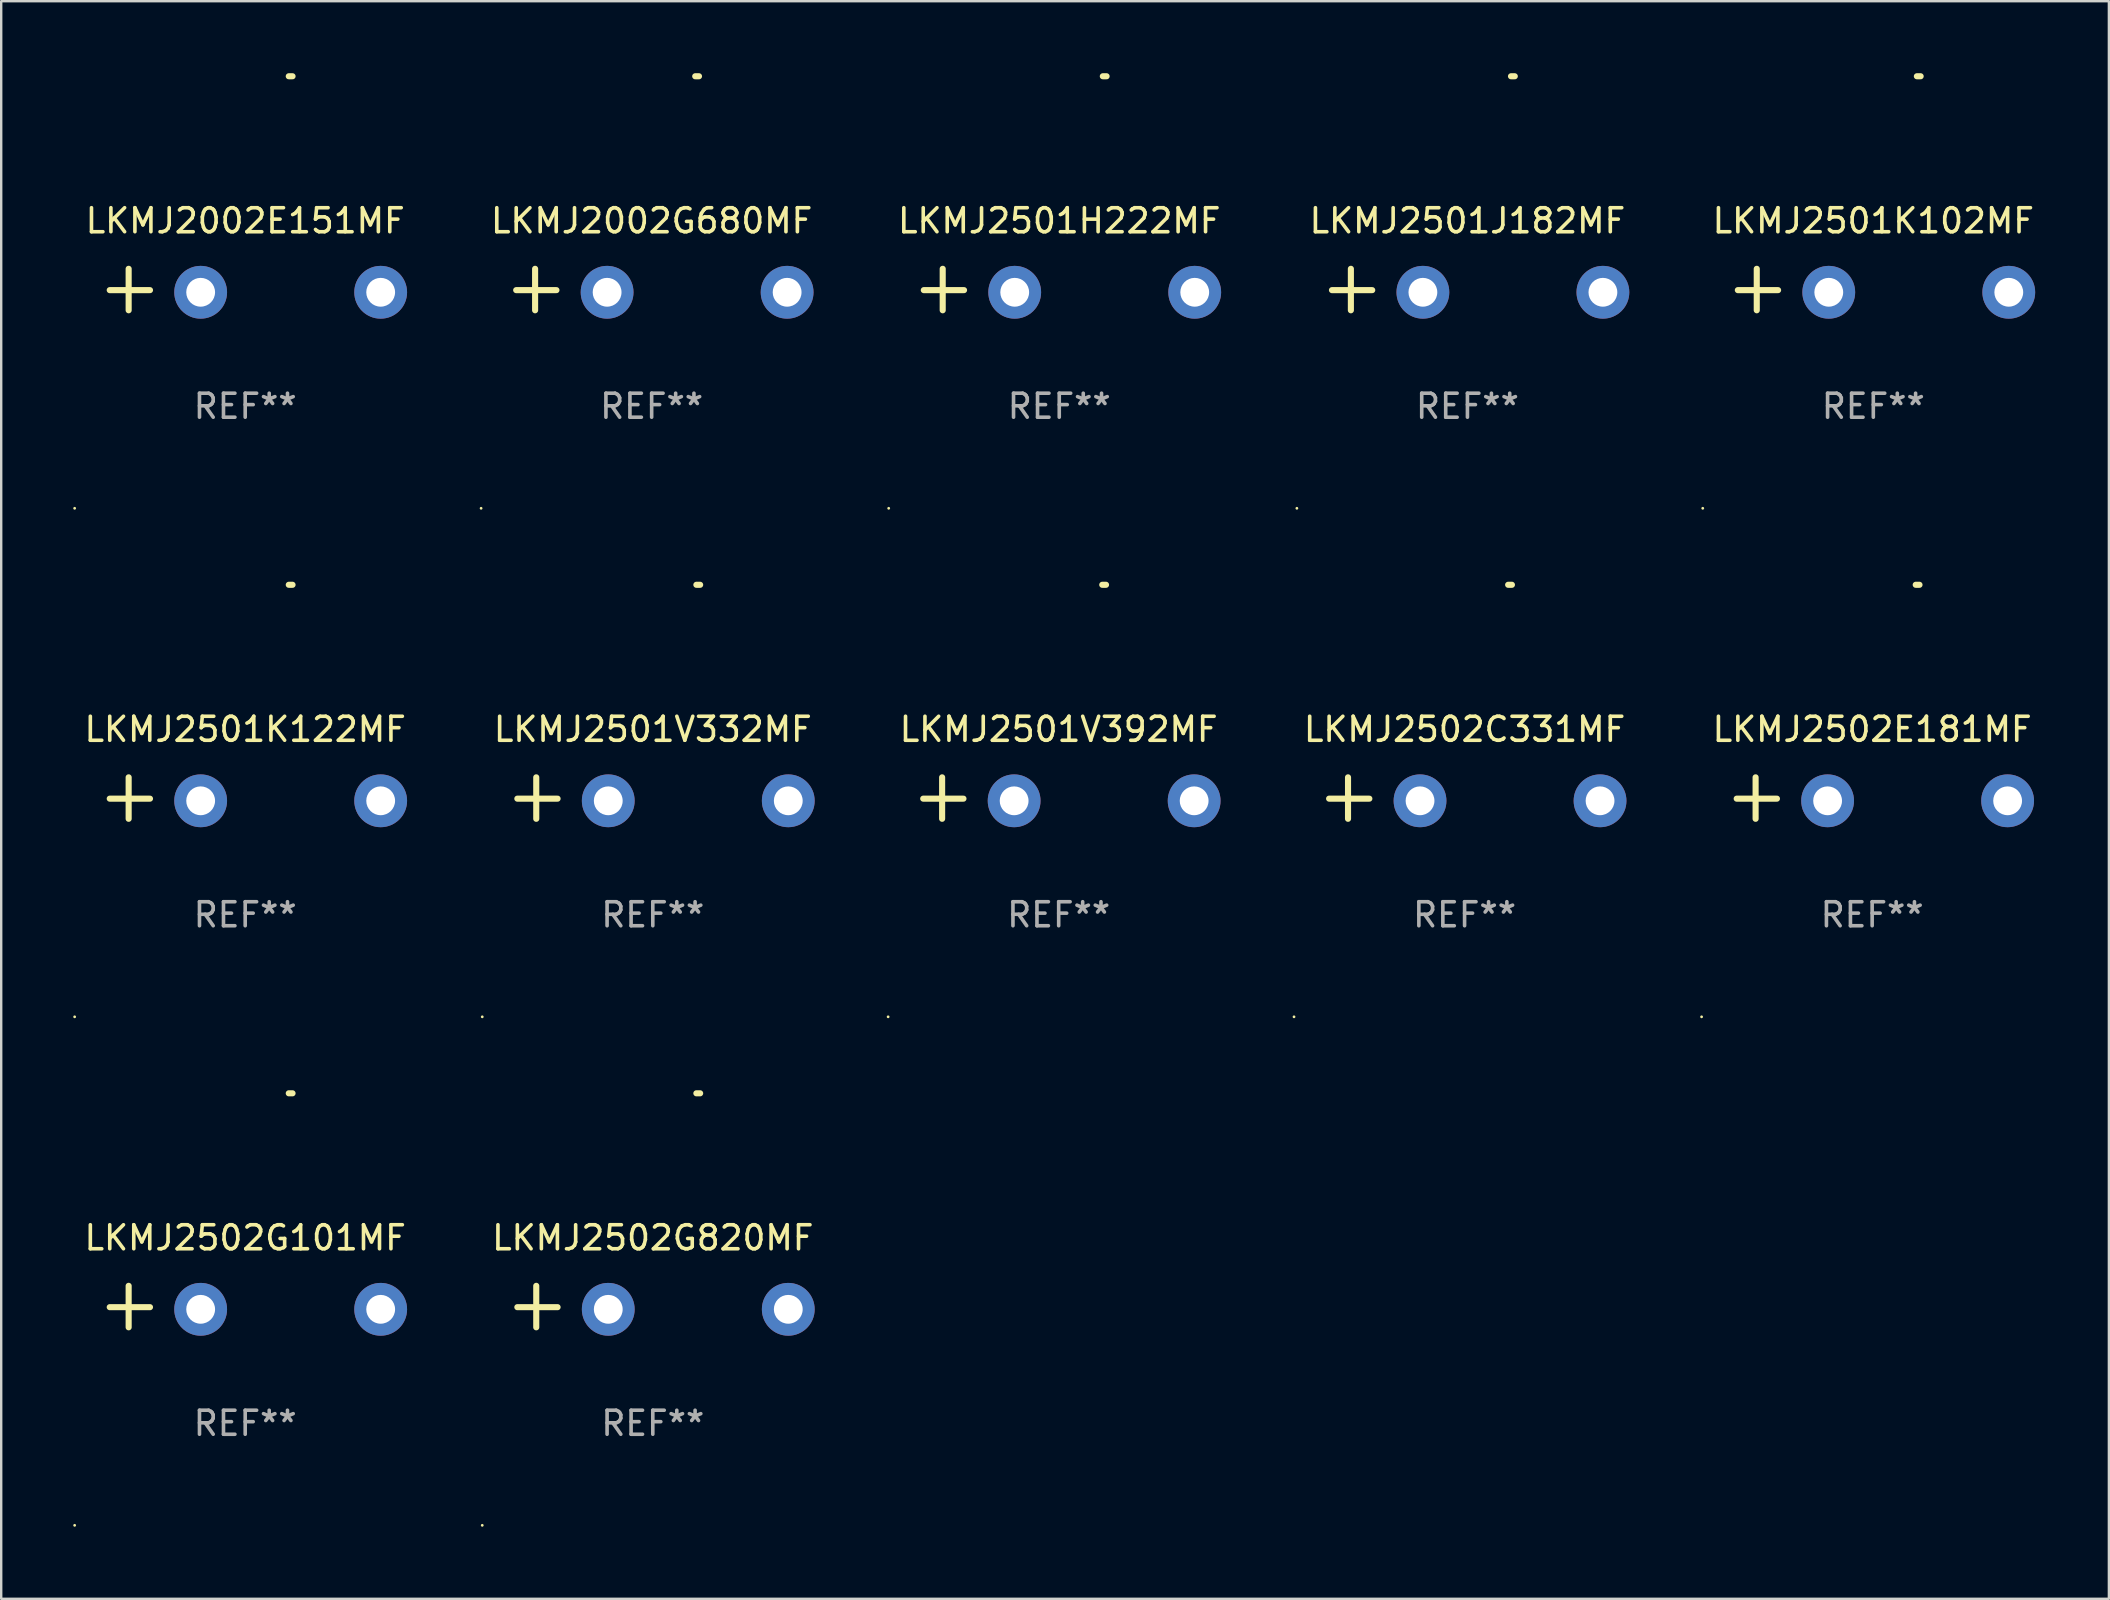
<source format=kicad_pcb>
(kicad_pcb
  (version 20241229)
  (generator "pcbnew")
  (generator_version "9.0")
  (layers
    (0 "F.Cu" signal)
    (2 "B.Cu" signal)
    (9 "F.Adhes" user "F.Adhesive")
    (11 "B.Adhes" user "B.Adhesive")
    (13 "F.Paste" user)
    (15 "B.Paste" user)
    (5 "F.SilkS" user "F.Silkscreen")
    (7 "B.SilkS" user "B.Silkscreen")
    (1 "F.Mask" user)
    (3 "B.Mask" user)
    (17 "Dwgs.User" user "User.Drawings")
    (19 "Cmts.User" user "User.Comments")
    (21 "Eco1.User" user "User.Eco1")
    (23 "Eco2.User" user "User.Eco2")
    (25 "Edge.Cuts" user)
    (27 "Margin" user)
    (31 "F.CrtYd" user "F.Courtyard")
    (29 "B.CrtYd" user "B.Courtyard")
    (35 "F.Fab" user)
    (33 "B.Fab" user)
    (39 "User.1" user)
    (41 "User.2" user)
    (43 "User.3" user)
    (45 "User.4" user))
  (footprint "LKMJ2501V392MF"
    (layer "F.Cu")
    (at 41.058 30.2)
    (property "Reference" "LKMJ2501V392MF" (at 0 -2.864 0) (layer "F.SilkS") (effects (font (size 1 1) (thickness 0.15))))
    (attr through_hole)
    (fp_line (start -4.856 0.864) (end -4.856 -0.864) (stroke (width 0.254) (type solid)) (layer "F.SilkS"))
    (fp_line (start -3.967 0.025) (end -5.644 0.025) (stroke (width 0.254) (type solid)) (layer "F.SilkS"))
    (fp_arc (start 1.815024 -8.885649) (mid 1.893764 -8.88599) (end 1.972504 -8.885649) (stroke (width 0.254001) (type solid)) (layer "F.SilkS"))
    (fp_circle (center -7.106 9.114) (end -7.076 9.114) (stroke (width 0.06) (type solid)) (fill no) (layer "F.SilkS"))
    (fp_text user "REF**" (at 0 4.864 0) (layer "F.Fab") (effects (font (size 1 1) (thickness 0.15))))
    (pad "1" thru_hole circle (at -1.856 0.114) (size 2.2 2.2) (drill 1.2) (layers "*.Cu" "*.Mask"))
    (pad "2" thru_hole circle (at 5.644 0.114) (size 2.2 2.2) (drill 1.2) (layers "*.Cu" "*.Mask")))
  (footprint "LKMJ2502G101MF"
    (layer "F.Cu")
    (at 7.166 51.386)
    (property "Reference" "LKMJ2502G101MF" (at 0 -2.864 0) (layer "F.SilkS") (effects (font (size 1 1) (thickness 0.15))))
    (attr through_hole)
    (fp_line (start -4.856 0.864) (end -4.856 -0.864) (stroke (width 0.254) (type solid)) (layer "F.SilkS"))
    (fp_line (start -3.967 0.025) (end -5.644 0.025) (stroke (width 0.254) (type solid)) (layer "F.SilkS"))
    (fp_arc (start 1.815024 -8.885649) (mid 1.893764 -8.88599) (end 1.972504 -8.885649) (stroke (width 0.254001) (type solid)) (layer "F.SilkS"))
    (fp_circle (center -7.106 9.114) (end -7.076 9.114) (stroke (width 0.06) (type solid)) (fill no) (layer "F.SilkS"))
    (fp_text user "REF**" (at 0 4.864 0) (layer "F.Fab") (effects (font (size 1 1) (thickness 0.15))))
    (pad "1" thru_hole circle (at -1.856 0.114) (size 2.2 2.2) (drill 1.2) (layers "*.Cu" "*.Mask"))
    (pad "2" thru_hole circle (at 5.644 0.114) (size 2.2 2.2) (drill 1.2) (layers "*.Cu" "*.Mask")))
  (footprint "LKMJ2502C331MF"
    (layer "F.Cu")
    (at 57.969 30.2)
    (property "Reference" "LKMJ2502C331MF" (at 0 -2.864 0) (layer "F.SilkS") (effects (font (size 1 1) (thickness 0.15))))
    (attr through_hole)
    (fp_line (start -4.856 0.864) (end -4.856 -0.864) (stroke (width 0.254) (type solid)) (layer "F.SilkS"))
    (fp_line (start -3.967 0.025) (end -5.644 0.025) (stroke (width 0.254) (type solid)) (layer "F.SilkS"))
    (fp_arc (start 1.815024 -8.885649) (mid 1.893764 -8.88599) (end 1.972504 -8.885649) (stroke (width 0.254001) (type solid)) (layer "F.SilkS"))
    (fp_circle (center -7.106 9.114) (end -7.076 9.114) (stroke (width 0.06) (type solid)) (fill no) (layer "F.SilkS"))
    (fp_text user "REF**" (at 0 4.864 0) (layer "F.Fab") (effects (font (size 1 1) (thickness 0.15))))
    (pad "1" thru_hole circle (at -1.856 0.114) (size 2.2 2.2) (drill 1.2) (layers "*.Cu" "*.Mask"))
    (pad "2" thru_hole circle (at 5.644 0.114) (size 2.2 2.2) (drill 1.2) (layers "*.Cu" "*.Mask")))
  (footprint "LKMJ2501V332MF"
    (layer "F.Cu")
    (at 24.148 30.2)
    (property "Reference" "LKMJ2501V332MF" (at 0 -2.864 0) (layer "F.SilkS") (effects (font (size 1 1) (thickness 0.15))))
    (attr through_hole)
    (fp_line (start -4.856 0.864) (end -4.856 -0.864) (stroke (width 0.254) (type solid)) (layer "F.SilkS"))
    (fp_line (start -3.967 0.025) (end -5.644 0.025) (stroke (width 0.254) (type solid)) (layer "F.SilkS"))
    (fp_arc (start 1.815024 -8.885649) (mid 1.893764 -8.88599) (end 1.972504 -8.885649) (stroke (width 0.254001) (type solid)) (layer "F.SilkS"))
    (fp_circle (center -7.106 9.114) (end -7.076 9.114) (stroke (width 0.06) (type solid)) (fill no) (layer "F.SilkS"))
    (fp_text user "REF**" (at 0 4.864 0) (layer "F.Fab") (effects (font (size 1 1) (thickness 0.15))))
    (pad "1" thru_hole circle (at -1.856 0.114) (size 2.2 2.2) (drill 1.2) (layers "*.Cu" "*.Mask"))
    (pad "2" thru_hole circle (at 5.644 0.114) (size 2.2 2.2) (drill 1.2) (layers "*.Cu" "*.Mask")))
  (footprint "LKMJ2002E151MF"
    (layer "F.Cu")
    (at 7.166 9.013)
    (property "Reference" "LKMJ2002E151MF" (at 0 -2.864 0) (layer "F.SilkS") (effects (font (size 1 1) (thickness 0.15))))
    (attr through_hole)
    (fp_line (start -4.856 0.864) (end -4.856 -0.864) (stroke (width 0.254) (type solid)) (layer "F.SilkS"))
    (fp_line (start -3.967 0.025) (end -5.644 0.025) (stroke (width 0.254) (type solid)) (layer "F.SilkS"))
    (fp_arc (start 1.815024 -8.885649) (mid 1.893764 -8.88599) (end 1.972504 -8.885649) (stroke (width 0.254001) (type solid)) (layer "F.SilkS"))
    (fp_circle (center -7.106 9.114) (end -7.076 9.114) (stroke (width 0.06) (type solid)) (fill no) (layer "F.SilkS"))
    (fp_text user "REF**" (at 0 4.864 0) (layer "F.Fab") (effects (font (size 1 1) (thickness 0.15))))
    (pad "1" thru_hole circle (at -1.856 0.114) (size 2.2 2.2) (drill 1.2) (layers "*.Cu" "*.Mask"))
    (pad "2" thru_hole circle (at 5.644 0.114) (size 2.2 2.2) (drill 1.2) (layers "*.Cu" "*.Mask")))
  (footprint "LKMJ2002G680MF"
    (layer "F.Cu")
    (at 24.1 9.013)
    (property "Reference" "LKMJ2002G680MF" (at 0 -2.864 0) (layer "F.SilkS") (effects (font (size 1 1) (thickness 0.15))))
    (attr through_hole)
    (fp_line (start -4.856 0.864) (end -4.856 -0.864) (stroke (width 0.254) (type solid)) (layer "F.SilkS"))
    (fp_line (start -3.967 0.025) (end -5.644 0.025) (stroke (width 0.254) (type solid)) (layer "F.SilkS"))
    (fp_arc (start 1.815024 -8.885649) (mid 1.893764 -8.88599) (end 1.972504 -8.885649) (stroke (width 0.254001) (type solid)) (layer "F.SilkS"))
    (fp_circle (center -7.106 9.114) (end -7.076 9.114) (stroke (width 0.06) (type solid)) (fill no) (layer "F.SilkS"))
    (fp_text user "REF**" (at 0 4.864 0) (layer "F.Fab") (effects (font (size 1 1) (thickness 0.15))))
    (pad "1" thru_hole circle (at -1.856 0.114) (size 2.2 2.2) (drill 1.2) (layers "*.Cu" "*.Mask"))
    (pad "2" thru_hole circle (at 5.644 0.114) (size 2.2 2.2) (drill 1.2) (layers "*.Cu" "*.Mask")))
  (footprint "LKMJ2502G820MF"
    (layer "F.Cu")
    (at 24.148 51.386)
    (property "Reference" "LKMJ2502G820MF" (at 0 -2.864 0) (layer "F.SilkS") (effects (font (size 1 1) (thickness 0.15))))
    (attr through_hole)
    (fp_line (start -4.856 0.864) (end -4.856 -0.864) (stroke (width 0.254) (type solid)) (layer "F.SilkS"))
    (fp_line (start -3.967 0.025) (end -5.644 0.025) (stroke (width 0.254) (type solid)) (layer "F.SilkS"))
    (fp_arc (start 1.815024 -8.885649) (mid 1.893764 -8.88599) (end 1.972504 -8.885649) (stroke (width 0.254001) (type solid)) (layer "F.SilkS"))
    (fp_circle (center -7.106 9.114) (end -7.076 9.114) (stroke (width 0.06) (type solid)) (fill no) (layer "F.SilkS"))
    (fp_text user "REF**" (at 0 4.864 0) (layer "F.Fab") (effects (font (size 1 1) (thickness 0.15))))
    (pad "1" thru_hole circle (at -1.856 0.114) (size 2.2 2.2) (drill 1.2) (layers "*.Cu" "*.Mask"))
    (pad "2" thru_hole circle (at 5.644 0.114) (size 2.2 2.2) (drill 1.2) (layers "*.Cu" "*.Mask")))
  (footprint "LKMJ2501K102MF"
    (layer "F.Cu")
    (at 74.998 9.013)
    (property "Reference" "LKMJ2501K102MF" (at 0 -2.864 0) (layer "F.SilkS") (effects (font (size 1 1) (thickness 0.15))))
    (attr through_hole)
    (fp_line (start -4.856 0.864) (end -4.856 -0.864) (stroke (width 0.254) (type solid)) (layer "F.SilkS"))
    (fp_line (start -3.967 0.025) (end -5.644 0.025) (stroke (width 0.254) (type solid)) (layer "F.SilkS"))
    (fp_arc (start 1.815024 -8.885649) (mid 1.893764 -8.88599) (end 1.972504 -8.885649) (stroke (width 0.254001) (type solid)) (layer "F.SilkS"))
    (fp_circle (center -7.106 9.114) (end -7.076 9.114) (stroke (width 0.06) (type solid)) (fill no) (layer "F.SilkS"))
    (fp_text user "REF**" (at 0 4.864 0) (layer "F.Fab") (effects (font (size 1 1) (thickness 0.15))))
    (pad "1" thru_hole circle (at -1.856 0.114) (size 2.2 2.2) (drill 1.2) (layers "*.Cu" "*.Mask"))
    (pad "2" thru_hole circle (at 5.644 0.114) (size 2.2 2.2) (drill 1.2) (layers "*.Cu" "*.Mask")))
  (footprint "LKMJ2502E181MF"
    (layer "F.Cu")
    (at 74.95 30.2)
    (property "Reference" "LKMJ2502E181MF" (at 0 -2.864 0) (layer "F.SilkS") (effects (font (size 1 1) (thickness 0.15))))
    (attr through_hole)
    (fp_line (start -4.856 0.864) (end -4.856 -0.864) (stroke (width 0.254) (type solid)) (layer "F.SilkS"))
    (fp_line (start -3.967 0.025) (end -5.644 0.025) (stroke (width 0.254) (type solid)) (layer "F.SilkS"))
    (fp_arc (start 1.815024 -8.885649) (mid 1.893764 -8.88599) (end 1.972504 -8.885649) (stroke (width 0.254001) (type solid)) (layer "F.SilkS"))
    (fp_circle (center -7.106 9.114) (end -7.076 9.114) (stroke (width 0.06) (type solid)) (fill no) (layer "F.SilkS"))
    (fp_text user "REF**" (at 0 4.864 0) (layer "F.Fab") (effects (font (size 1 1) (thickness 0.15))))
    (pad "1" thru_hole circle (at -1.856 0.114) (size 2.2 2.2) (drill 1.2) (layers "*.Cu" "*.Mask"))
    (pad "2" thru_hole circle (at 5.644 0.114) (size 2.2 2.2) (drill 1.2) (layers "*.Cu" "*.Mask")))
  (footprint "LKMJ2501J182MF"
    (layer "F.Cu")
    (at 58.088 9.013)
    (property "Reference" "LKMJ2501J182MF" (at 0 -2.864 0) (layer "F.SilkS") (effects (font (size 1 1) (thickness 0.15))))
    (attr through_hole)
    (fp_line (start -4.856 0.864) (end -4.856 -0.864) (stroke (width 0.254) (type solid)) (layer "F.SilkS"))
    (fp_line (start -3.967 0.025) (end -5.644 0.025) (stroke (width 0.254) (type solid)) (layer "F.SilkS"))
    (fp_arc (start 1.815024 -8.885649) (mid 1.893764 -8.88599) (end 1.972504 -8.885649) (stroke (width 0.254001) (type solid)) (layer "F.SilkS"))
    (fp_circle (center -7.106 9.114) (end -7.076 9.114) (stroke (width 0.06) (type solid)) (fill no) (layer "F.SilkS"))
    (fp_text user "REF**" (at 0 4.864 0) (layer "F.Fab") (effects (font (size 1 1) (thickness 0.15))))
    (pad "1" thru_hole circle (at -1.856 0.114) (size 2.2 2.2) (drill 1.2) (layers "*.Cu" "*.Mask"))
    (pad "2" thru_hole circle (at 5.644 0.114) (size 2.2 2.2) (drill 1.2) (layers "*.Cu" "*.Mask")))
  (footprint "LKMJ2501K122MF"
    (layer "F.Cu")
    (at 7.166 30.2)
    (property "Reference" "LKMJ2501K122MF" (at 0 -2.864 0) (layer "F.SilkS") (effects (font (size 1 1) (thickness 0.15))))
    (attr through_hole)
    (fp_line (start -4.856 0.864) (end -4.856 -0.864) (stroke (width 0.254) (type solid)) (layer "F.SilkS"))
    (fp_line (start -3.967 0.025) (end -5.644 0.025) (stroke (width 0.254) (type solid)) (layer "F.SilkS"))
    (fp_arc (start 1.815024 -8.885649) (mid 1.893764 -8.88599) (end 1.972504 -8.885649) (stroke (width 0.254001) (type solid)) (layer "F.SilkS"))
    (fp_circle (center -7.106 9.114) (end -7.076 9.114) (stroke (width 0.06) (type solid)) (fill no) (layer "F.SilkS"))
    (fp_text user "REF**" (at 0 4.864 0) (layer "F.Fab") (effects (font (size 1 1) (thickness 0.15))))
    (pad "1" thru_hole circle (at -1.856 0.114) (size 2.2 2.2) (drill 1.2) (layers "*.Cu" "*.Mask"))
    (pad "2" thru_hole circle (at 5.644 0.114) (size 2.2 2.2) (drill 1.2) (layers "*.Cu" "*.Mask")))
  (footprint "LKMJ2501H222MF"
    (layer "F.Cu")
    (at 41.082 9.013)
    (property "Reference" "LKMJ2501H222MF" (at 0 -2.864 0) (layer "F.SilkS") (effects (font (size 1 1) (thickness 0.15))))
    (attr through_hole)
    (fp_line (start -4.856 0.864) (end -4.856 -0.864) (stroke (width 0.254) (type solid)) (layer "F.SilkS"))
    (fp_line (start -3.967 0.025) (end -5.644 0.025) (stroke (width 0.254) (type solid)) (layer "F.SilkS"))
    (fp_arc (start 1.815024 -8.885649) (mid 1.893764 -8.88599) (end 1.972504 -8.885649) (stroke (width 0.254001) (type solid)) (layer "F.SilkS"))
    (fp_circle (center -7.106 9.114) (end -7.076 9.114) (stroke (width 0.06) (type solid)) (fill no) (layer "F.SilkS"))
    (fp_text user "REF**" (at 0 4.864 0) (layer "F.Fab") (effects (font (size 1 1) (thickness 0.15))))
    (pad "1" thru_hole circle (at -1.856 0.114) (size 2.2 2.2) (drill 1.2) (layers "*.Cu" "*.Mask"))
    (pad "2" thru_hole circle (at 5.644 0.114) (size 2.2 2.2) (drill 1.2) (layers "*.Cu" "*.Mask")))
  (gr_rect
    (start -3 -3)
    (end 84.813 63.56)
    (stroke (width 0.1) (type default))
    (fill no)
    (layer "Edge.Cuts")))
</source>
